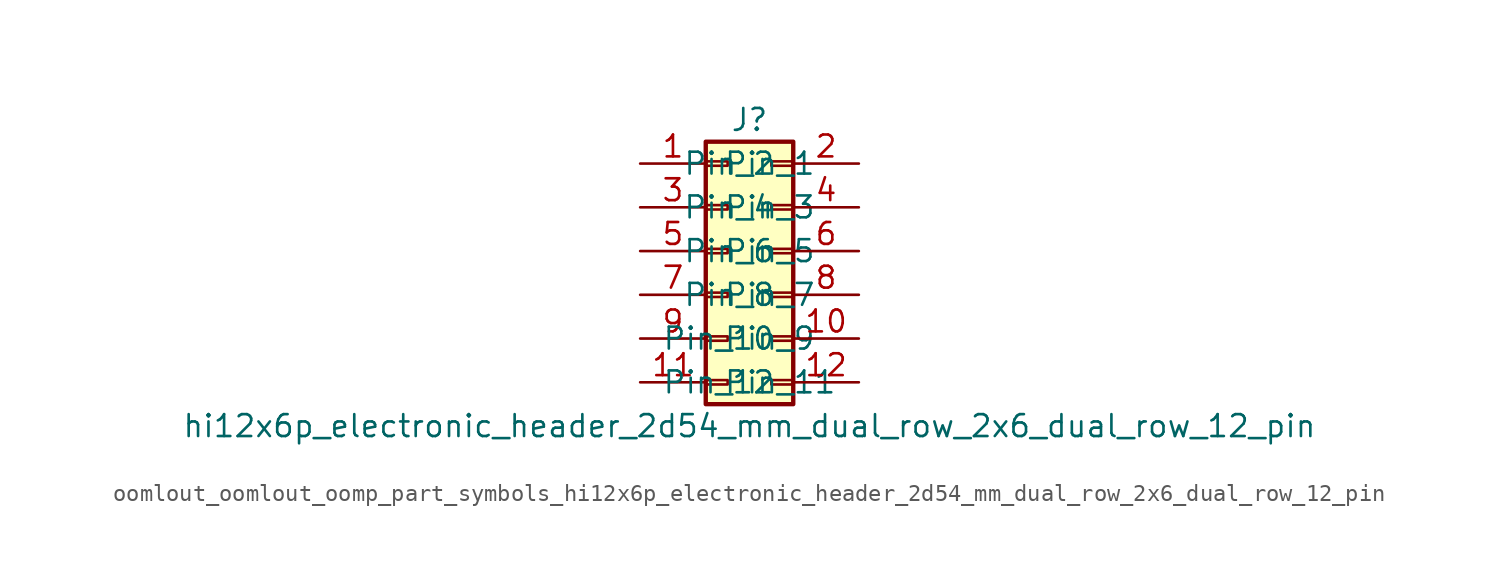
<source format=kicad_sym>
(kicad_symbol_lib
  (version 20220914)
  (generator kicad_symbol_editor)
  (symbol "oomlout_oomlout_oomp_part_symbols_hi12x6p_electronic_header_2d54_mm_dual_row_2x6_dual_row_12_pin"
    (pin_names
      (offset 1.016))
    (property "Reference" "J"
      (at 1.27 7.62 0)
      (effects (font (size 1.27 1.27))))
    (property "Value" "hi12x6p_electronic_header_2d54_mm_dual_row_2x6_dual_row_12_pin"
      (at 1.27 -10.16 0)
      (effects (font (size 1.27 1.27))))
    (symbol "oomlout_oomlout_oomp_part_symbols_hi12x6p_electronic_header_2d54_mm_dual_row_2x6_dual_row_12_pin_1_1"
      (rectangle (start -1.27 -7.493) (end 0 -7.747) (stroke (width 0.152) (type default)) (fill (type none)))
      (rectangle (start -1.27 -4.953) (end 0 -5.207) (stroke (width 0.152) (type default)) (fill (type none)))
      (rectangle (start -1.27 -2.413) (end 0 -2.667) (stroke (width 0.152) (type default)) (fill (type none)))
      (rectangle (start -1.27 0.127) (end 0 -0.127) (stroke (width 0.152) (type default)) (fill (type none)))
      (rectangle (start -1.27 2.667) (end 0 2.413) (stroke (width 0.152) (type default)) (fill (type none)))
      (rectangle (start -1.27 5.207) (end 0 4.953) (stroke (width 0.152) (type default)) (fill (type none)))
      (rectangle (start -1.27 6.35) (end 3.81 -8.89) (stroke (width 0.254) (type default)) (fill (type background)))
      (rectangle (start 3.81 -7.493) (end 2.54 -7.747) (stroke (width 0.152) (type default)) (fill (type none)))
      (rectangle (start 3.81 -4.953) (end 2.54 -5.207) (stroke (width 0.152) (type default)) (fill (type none)))
      (rectangle (start 3.81 -2.413) (end 2.54 -2.667) (stroke (width 0.152) (type default)) (fill (type none)))
      (rectangle (start 3.81 0.127) (end 2.54 -0.127) (stroke (width 0.152) (type default)) (fill (type none)))
      (rectangle (start 3.81 2.667) (end 2.54 2.413) (stroke (width 0.152) (type default)) (fill (type none)))
      (rectangle (start 3.81 5.207) (end 2.54 4.953) (stroke (width 0.152) (type default)) (fill (type none)))
      (pin passive line (at -5.08 5.08 0) (length 3.81) (name "Pin_1" (effects (font (size 1.27 1.27)))) (number "1" (effects (font (size 1.27 1.27)))))
      (pin passive line (at 7.62 -5.08 180) (length 3.81) (name "Pin_10" (effects (font (size 1.27 1.27)))) (number "10" (effects (font (size 1.27 1.27)))))
      (pin passive line (at -5.08 -7.62 0) (length 3.81) (name "Pin_11" (effects (font (size 1.27 1.27)))) (number "11" (effects (font (size 1.27 1.27)))))
      (pin passive line (at 7.62 -7.62 180) (length 3.81) (name "Pin_12" (effects (font (size 1.27 1.27)))) (number "12" (effects (font (size 1.27 1.27)))))
      (pin passive line (at 7.62 5.08 180) (length 3.81) (name "Pin_2" (effects (font (size 1.27 1.27)))) (number "2" (effects (font (size 1.27 1.27)))))
      (pin passive line (at -5.08 2.54 0) (length 3.81) (name "Pin_3" (effects (font (size 1.27 1.27)))) (number "3" (effects (font (size 1.27 1.27)))))
      (pin passive line (at 7.62 2.54 180) (length 3.81) (name "Pin_4" (effects (font (size 1.27 1.27)))) (number "4" (effects (font (size 1.27 1.27)))))
      (pin passive line (at -5.08 0 0) (length 3.81) (name "Pin_5" (effects (font (size 1.27 1.27)))) (number "5" (effects (font (size 1.27 1.27)))))
      (pin passive line (at 7.62 0 180) (length 3.81) (name "Pin_6" (effects (font (size 1.27 1.27)))) (number "6" (effects (font (size 1.27 1.27)))))
      (pin passive line (at -5.08 -2.54 0) (length 3.81) (name "Pin_7" (effects (font (size 1.27 1.27)))) (number "7" (effects (font (size 1.27 1.27)))))
      (pin passive line (at 7.62 -2.54 180) (length 3.81) (name "Pin_8" (effects (font (size 1.27 1.27)))) (number "8" (effects (font (size 1.27 1.27)))))
      (pin passive line (at -5.08 -5.08 0) (length 3.81) (name "Pin_9" (effects (font (size 1.27 1.27)))) (number "9" (effects (font (size 1.27 1.27))))))))
</source>
